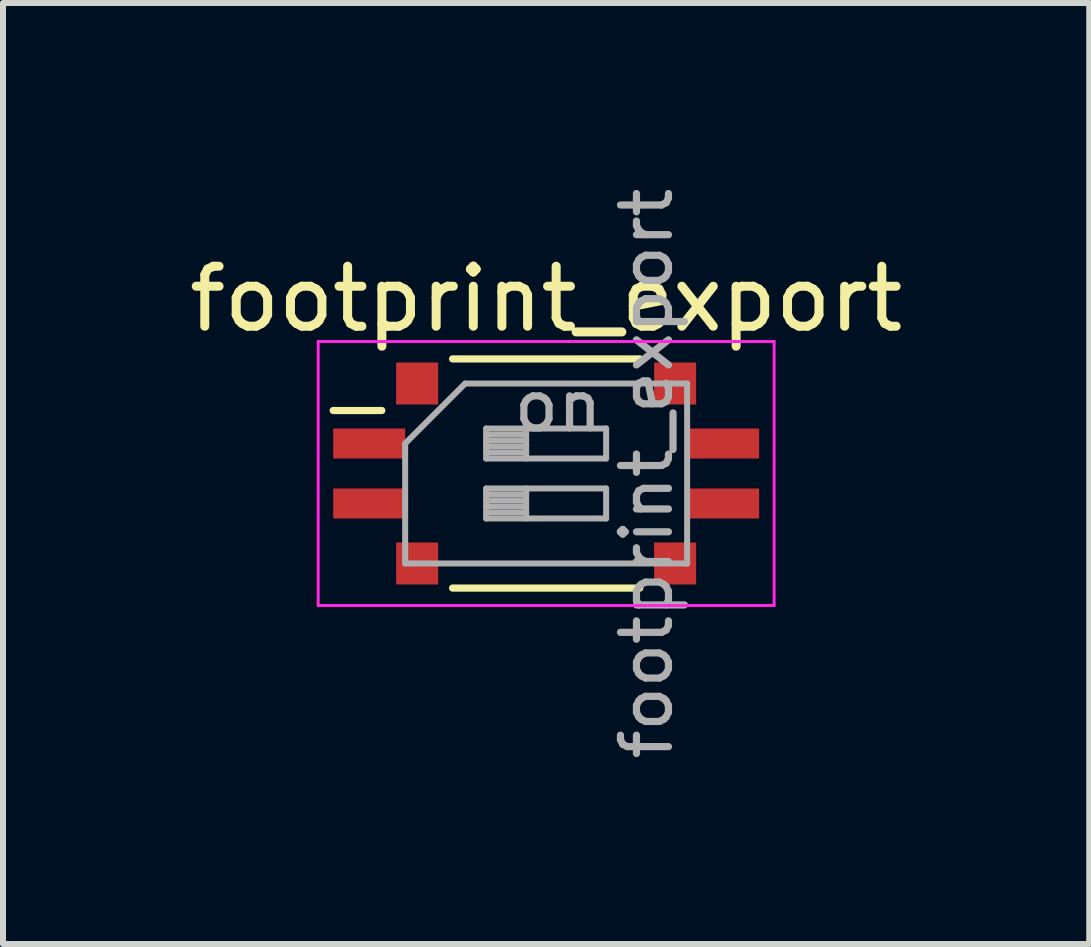
<source format=kicad_pcb>
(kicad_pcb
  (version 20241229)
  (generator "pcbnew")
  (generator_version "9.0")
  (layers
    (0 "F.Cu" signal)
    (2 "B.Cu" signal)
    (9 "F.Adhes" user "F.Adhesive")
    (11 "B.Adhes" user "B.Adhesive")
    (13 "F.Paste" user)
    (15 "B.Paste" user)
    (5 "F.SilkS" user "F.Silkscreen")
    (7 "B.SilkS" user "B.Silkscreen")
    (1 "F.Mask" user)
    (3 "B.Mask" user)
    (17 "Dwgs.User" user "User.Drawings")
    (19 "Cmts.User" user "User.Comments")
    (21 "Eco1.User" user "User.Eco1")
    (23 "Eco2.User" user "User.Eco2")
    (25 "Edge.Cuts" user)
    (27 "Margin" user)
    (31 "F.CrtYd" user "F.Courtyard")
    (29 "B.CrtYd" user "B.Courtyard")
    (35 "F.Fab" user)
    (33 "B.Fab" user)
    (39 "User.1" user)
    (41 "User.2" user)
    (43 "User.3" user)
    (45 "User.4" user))
  (footprint "footprint_export"
    (layer "F.Cu")
    (at 6.054 4.843)
    (property "Reference" "footprint_export" (at 0 -2.91 0) (layer "F.SilkS") (effects (font (size 1 1) (thickness 0.15))))
    (attr smd)
    (fp_line (start -3.55 -1.05) (end -2.739 -1.05) (stroke (width 0.12) (type solid)) (layer "F.SilkS"))
    (fp_line (start -1.56 -1.91) (end 1.561 -1.91) (stroke (width 0.12) (type solid)) (layer "F.SilkS"))
    (fp_line (start -1.56 1.91) (end 1.561 1.91) (stroke (width 0.12) (type solid)) (layer "F.SilkS"))
    (fp_line (start -3.8 -2.2) (end -3.8 2.2) (stroke (width 0.05) (type solid)) (layer "F.CrtYd"))
    (fp_line (start -3.8 2.2) (end 3.8 2.2) (stroke (width 0.05) (type solid)) (layer "F.CrtYd"))
    (fp_line (start 3.8 -2.2) (end -3.8 -2.2) (stroke (width 0.05) (type solid)) (layer "F.CrtYd"))
    (fp_line (start 3.8 2.2) (end 3.8 -2.2) (stroke (width 0.05) (type solid)) (layer "F.CrtYd"))
    (fp_line (start -2.35 -0.5) (end -1.35 -1.5) (stroke (width 0.1) (type solid)) (layer "F.Fab"))
    (fp_line (start -2.35 1.5) (end -2.35 -0.5) (stroke (width 0.1) (type solid)) (layer "F.Fab"))
    (fp_line (start -1.35 -1.5) (end 2.35 -1.5) (stroke (width 0.1) (type solid)) (layer "F.Fab"))
    (fp_line (start -1 -0.75) (end -1 -0.25) (stroke (width 0.1) (type solid)) (layer "F.Fab"))
    (fp_line (start -1 -0.65) (end -0.333 -0.65) (stroke (width 0.1) (type solid)) (layer "F.Fab"))
    (fp_line (start -1 -0.55) (end -0.333 -0.55) (stroke (width 0.1) (type solid)) (layer "F.Fab"))
    (fp_line (start -1 -0.45) (end -0.333 -0.45) (stroke (width 0.1) (type solid)) (layer "F.Fab"))
    (fp_line (start -1 -0.35) (end -0.333 -0.35) (stroke (width 0.1) (type solid)) (layer "F.Fab"))
    (fp_line (start -1 -0.25) (end 1 -0.25) (stroke (width 0.1) (type solid)) (layer "F.Fab"))
    (fp_line (start -1 0.25) (end -1 0.75) (stroke (width 0.1) (type solid)) (layer "F.Fab"))
    (fp_line (start -1 0.35) (end -0.333 0.35) (stroke (width 0.1) (type solid)) (layer "F.Fab"))
    (fp_line (start -1 0.45) (end -0.333 0.45) (stroke (width 0.1) (type solid)) (layer "F.Fab"))
    (fp_line (start -1 0.55) (end -0.333 0.55) (stroke (width 0.1) (type solid)) (layer "F.Fab"))
    (fp_line (start -1 0.65) (end -0.333 0.65) (stroke (width 0.1) (type solid)) (layer "F.Fab"))
    (fp_line (start -1 0.75) (end 1 0.75) (stroke (width 0.1) (type solid)) (layer "F.Fab"))
    (fp_line (start -0.333 -0.75) (end -0.333 -0.25) (stroke (width 0.1) (type solid)) (layer "F.Fab"))
    (fp_line (start -0.333 0.25) (end -0.333 0.75) (stroke (width 0.1) (type solid)) (layer "F.Fab"))
    (fp_line (start 1 -0.75) (end -1 -0.75) (stroke (width 0.1) (type solid)) (layer "F.Fab"))
    (fp_line (start 1 -0.25) (end 1 -0.75) (stroke (width 0.1) (type solid)) (layer "F.Fab"))
    (fp_line (start 1 0.25) (end -1 0.25) (stroke (width 0.1) (type solid)) (layer "F.Fab"))
    (fp_line (start 1 0.75) (end 1 0.25) (stroke (width 0.1) (type solid)) (layer "F.Fab"))
    (fp_line (start 2.35 -1.5) (end 2.35 1.5) (stroke (width 0.1) (type solid)) (layer "F.Fab"))
    (fp_line (start 2.35 1.5) (end -2.35 1.5) (stroke (width 0.1) (type solid)) (layer "F.Fab"))
    (fp_text user "on" (at 0.2 -1.125 0) (layer "F.Fab") (effects (font (size 0.8 0.8) (thickness 0.12))))
    (fp_text user "${REFERENCE}" (at 1.675 0 90) (layer "F.Fab") (effects (font (size 0.8 0.8) (thickness 0.12))))
    (pad "1" smd rect (at -2.95 -0.5) (size 1.2 0.5) (layers "F.Cu" "F.Mask" "F.Paste"))
    (pad "2" smd rect (at -2.95 0.5) (size 1.2 0.5) (layers "F.Cu" "F.Mask" "F.Paste"))
    (pad "3" smd rect (at 2.95 0.5) (size 1.2 0.5) (layers "F.Cu" "F.Mask" "F.Paste"))
    (pad "4" smd rect (at 2.95 -0.5) (size 1.2 0.5) (layers "F.Cu" "F.Mask" "F.Paste"))
    (pad "5" smd rect (at -2.15 -1.5) (size 0.7 0.7) (layers "F.Cu" "F.Mask" "F.Paste"))
    (pad "5" smd rect (at -2.15 1.5) (size 0.7 0.7) (layers "F.Cu" "F.Mask" "F.Paste"))
    (pad "5" smd rect (at 2.15 -1.5) (size 0.7 0.7) (layers "F.Cu" "F.Mask" "F.Paste"))
    (pad "5" smd rect (at 2.15 1.5) (size 0.7 0.7) (layers "F.Cu" "F.Mask" "F.Paste")))
  (gr_rect
    (start -3 -3)
    (end 15.107 12.686)
    (stroke (width 0.1) (type default))
    (fill no)
    (layer "Edge.Cuts")))
</source>
